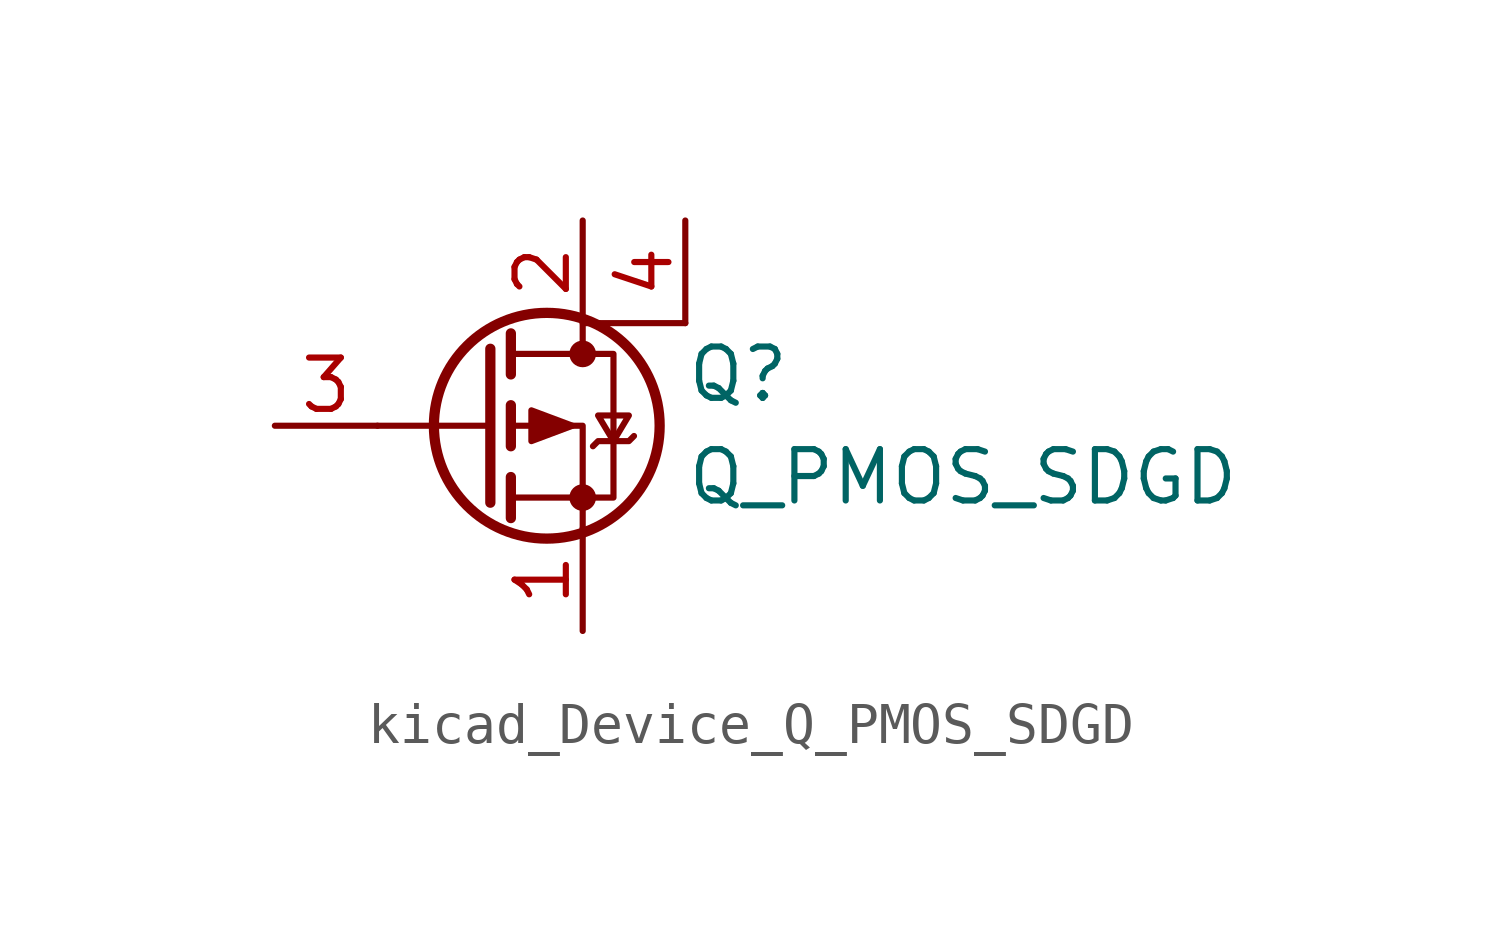
<source format=kicad_sym>
(kicad_symbol_lib
  (version 20220914)
  (generator kicad_symbol_editor)
  (symbol "kicad_Device_Q_PMOS_SDGD"
    (pin_names
      (offset 0) hide)
    (property "Reference" "Q"
      (at 5.08 1.27 0)
      (effects (font (size 1.27 1.27)) (justify left)))
    (property "Value" "Q_PMOS_SDGD"
      (at 5.08 -1.27 0)
      (effects (font (size 1.27 1.27)) (justify left)))
    (symbol "kicad_Device_Q_PMOS_SDGD_0_1"
      (polyline (pts (xy 0.254 0) (xy -2.54 0)) (stroke (width 0) (type default)) (fill (type none)))
      (polyline (pts (xy 0.254 1.905) (xy 0.254 -1.905)) (stroke (width 0.254) (type default)) (fill (type none)))
      (polyline (pts (xy 0.762 -1.27) (xy 0.762 -2.286)) (stroke (width 0.254) (type default)) (fill (type none)))
      (polyline (pts (xy 0.762 0.508) (xy 0.762 -0.508)) (stroke (width 0.254) (type default)) (fill (type none)))
      (polyline (pts (xy 0.762 2.286) (xy 0.762 1.27)) (stroke (width 0.254) (type default)) (fill (type none)))
      (polyline (pts (xy 2.54 -2.54) (xy 2.54 0) (xy 0.762 0)) (stroke (width 0) (type default)) (fill (type none)))
      (polyline (pts (xy 5.08 2.54) (xy 2.54 2.54) (xy 2.54 1.778)) (stroke (width 0) (type default)) (fill (type none)))
      (polyline (pts (xy 0.762 1.778) (xy 3.302 1.778) (xy 3.302 -1.778) (xy 0.762 -1.778)) (stroke (width 0) (type default)) (fill (type none)))
      (polyline (pts (xy 2.286 0) (xy 1.27 0.381) (xy 1.27 -0.381) (xy 2.286 0)) (stroke (width 0) (type default)) (fill (type outline)))
      (polyline (pts (xy 2.794 -0.508) (xy 2.921 -0.381) (xy 3.683 -0.381) (xy 3.81 -0.254)) (stroke (width 0) (type default)) (fill (type none)))
      (polyline (pts (xy 3.302 -0.381) (xy 2.921 0.254) (xy 3.683 0.254) (xy 3.302 -0.381)) (stroke (width 0) (type default)) (fill (type none)))
      (circle (center 1.651 0) (radius 2.794) (stroke (width 0.254) (type default)) (fill (type none)))
      (circle (center 2.54 -1.778) (radius 0.254) (stroke (width 0) (type default)) (fill (type outline)))
      (circle (center 2.54 1.778) (radius 0.254) (stroke (width 0) (type default)) (fill (type outline))))
    (symbol "kicad_Device_Q_PMOS_SDGD_1_1"
      (pin passive line (at 2.54 -5.08 90) (length 2.54) (name "S" (effects (font (size 1.27 1.27)))) (number "1" (effects (font (size 1.27 1.27)))))
      (pin passive line (at 2.54 5.08 270) (length 2.54) (name "D" (effects (font (size 1.27 1.27)))) (number "2" (effects (font (size 1.27 1.27)))))
      (pin input line (at -5.08 0 0) (length 2.54) (name "G" (effects (font (size 1.27 1.27)))) (number "3" (effects (font (size 1.27 1.27)))))
      (pin passive line (at 5.08 5.08 270) (length 2.54) (name "D" (effects (font (size 1.27 1.27)))) (number "4" (effects (font (size 1.27 1.27))))))))
</source>
